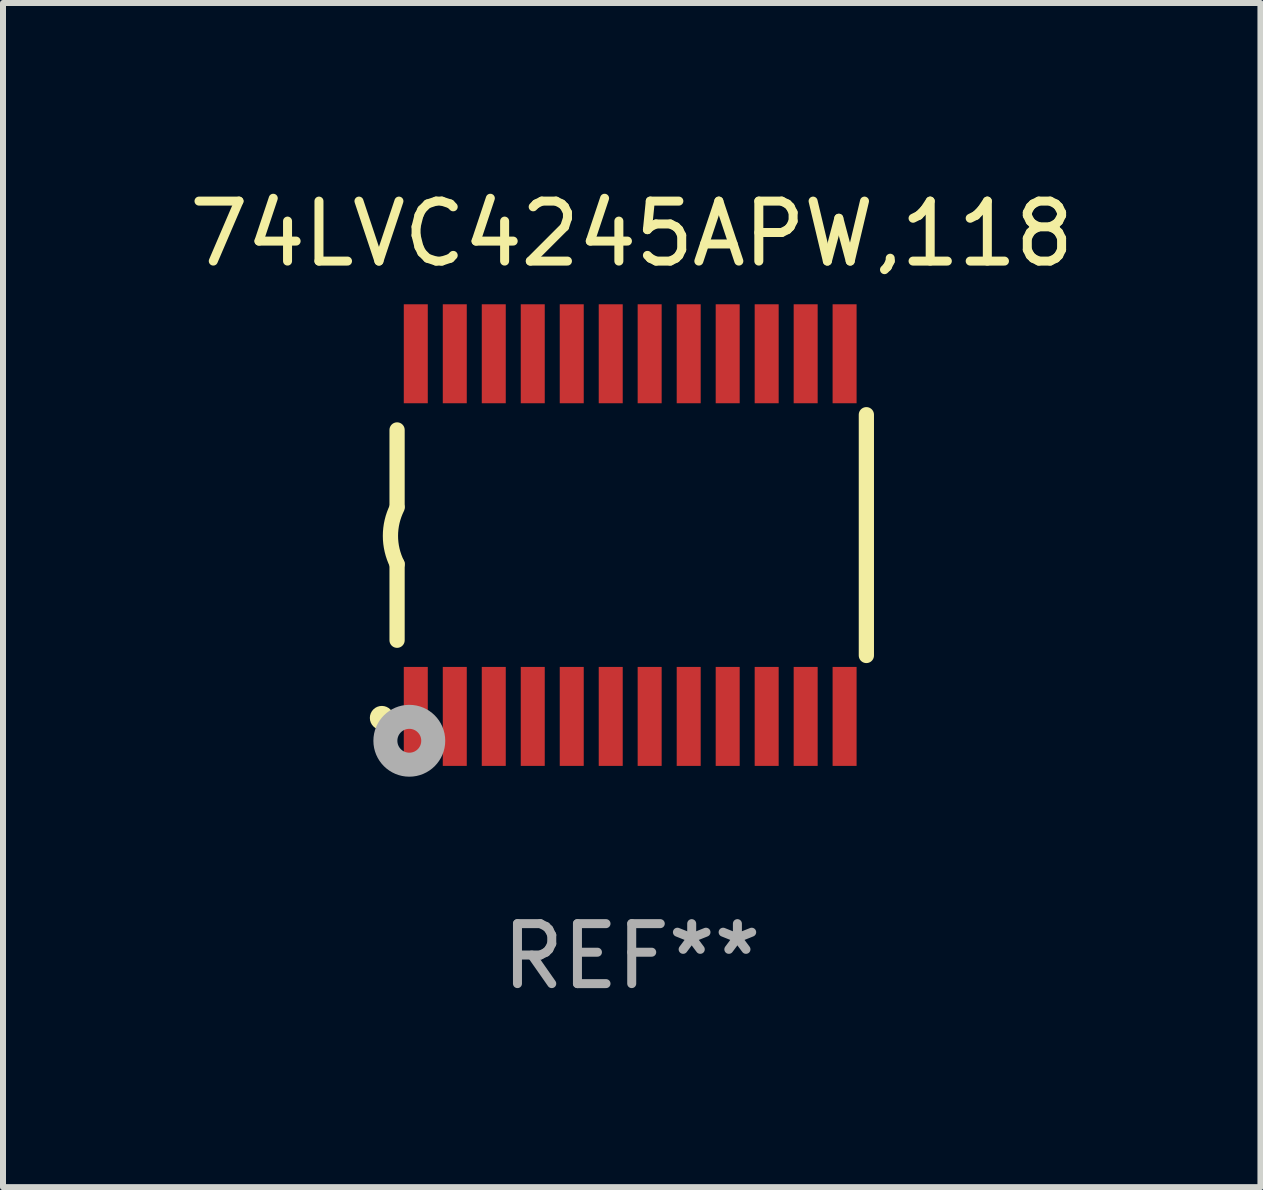
<source format=kicad_pcb>
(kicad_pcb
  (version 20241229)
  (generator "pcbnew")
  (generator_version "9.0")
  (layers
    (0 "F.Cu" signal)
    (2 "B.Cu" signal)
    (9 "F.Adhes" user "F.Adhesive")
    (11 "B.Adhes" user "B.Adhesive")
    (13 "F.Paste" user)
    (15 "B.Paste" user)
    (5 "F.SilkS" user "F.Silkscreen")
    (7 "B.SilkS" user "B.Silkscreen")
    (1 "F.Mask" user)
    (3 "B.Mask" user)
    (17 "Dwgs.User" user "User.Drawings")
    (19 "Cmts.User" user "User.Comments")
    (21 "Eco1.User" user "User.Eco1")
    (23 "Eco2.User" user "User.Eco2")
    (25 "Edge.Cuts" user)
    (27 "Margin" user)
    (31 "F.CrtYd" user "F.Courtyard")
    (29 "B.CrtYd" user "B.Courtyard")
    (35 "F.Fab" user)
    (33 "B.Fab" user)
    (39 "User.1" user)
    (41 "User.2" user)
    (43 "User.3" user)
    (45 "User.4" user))
  (footprint "74LVC4245APW,118"
    (layer "F.Cu")
    (at 7.482 5.871)
    (property "Reference" "74LVC4245APW,118" (at 0 -5.023 0) (layer "F.SilkS") (effects (font (size 1 1) (thickness 0.15))))
    (attr through_hole)
    (fp_line (start -3.912 -0.483) (end -3.912 -1.753) (stroke (width 0.254) (type solid)) (layer "F.SilkS"))
    (fp_line (start -3.912 1.753) (end -3.912 0.483) (stroke (width 0.254) (type solid)) (layer "F.SilkS"))
    (fp_line (start 3.912 -2.007) (end 3.912 2.007) (stroke (width 0.254) (type solid)) (layer "F.SilkS"))
    (fp_arc (start -3.911608 0.482601) (mid -4.022537 0.0127) (end -3.911608 -0.457201) (stroke (width 0.254001) (type solid)) (layer "F.SilkS"))
    (fp_circle (center -4.166 3.048) (end -4.066 3.048) (stroke (width 0.2) (type solid)) (fill no) (layer "F.SilkS"))
    (fp_circle (center -3.925 3.186) (end -3.895 3.186) (stroke (width 0.06) (type solid)) (fill no) (layer "F.SilkS"))
    (fp_circle (center -3.708 3.429) (end -3.509 3.429) (stroke (width 0.4) (type solid)) (fill no) (layer "F.Fab"))
    (fp_text user "REF**" (at 0 7.023 0) (layer "F.Fab") (effects (font (size 1 1) (thickness 0.15))))
    (pad "1" smd rect (at -3.6 3.023) (size 0.4 1.65) (layers "F.Cu" "F.Mask" "F.Paste"))
    (pad "2" smd rect (at -2.95 3.023) (size 0.4 1.65) (layers "F.Cu" "F.Mask" "F.Paste"))
    (pad "3" smd rect (at -2.3 3.023) (size 0.4 1.65) (layers "F.Cu" "F.Mask" "F.Paste"))
    (pad "4" smd rect (at -1.65 3.023) (size 0.4 1.65) (layers "F.Cu" "F.Mask" "F.Paste"))
    (pad "5" smd rect (at -1 3.023) (size 0.4 1.65) (layers "F.Cu" "F.Mask" "F.Paste"))
    (pad "6" smd rect (at -0.35 3.023) (size 0.4 1.65) (layers "F.Cu" "F.Mask" "F.Paste"))
    (pad "7" smd rect (at 0.299 3.023) (size 0.4 1.65) (layers "F.Cu" "F.Mask" "F.Paste"))
    (pad "8" smd rect (at 0.95 3.023) (size 0.4 1.65) (layers "F.Cu" "F.Mask" "F.Paste"))
    (pad "9" smd rect (at 1.6 3.023) (size 0.4 1.65) (layers "F.Cu" "F.Mask" "F.Paste"))
    (pad "10" smd rect (at 2.25 3.023) (size 0.4 1.65) (layers "F.Cu" "F.Mask" "F.Paste"))
    (pad "11" smd rect (at 2.9 3.023) (size 0.4 1.65) (layers "F.Cu" "F.Mask" "F.Paste"))
    (pad "12" smd rect (at 3.549 3.023) (size 0.4 1.65) (layers "F.Cu" "F.Mask" "F.Paste"))
    (pad "13" smd rect (at 3.549 -3.023) (size 0.4 1.65) (layers "F.Cu" "F.Mask" "F.Paste"))
    (pad "14" smd rect (at 2.9 -3.023) (size 0.4 1.65) (layers "F.Cu" "F.Mask" "F.Paste"))
    (pad "15" smd rect (at 2.25 -3.023) (size 0.4 1.65) (layers "F.Cu" "F.Mask" "F.Paste"))
    (pad "16" smd rect (at 1.6 -3.023) (size 0.4 1.65) (layers "F.Cu" "F.Mask" "F.Paste"))
    (pad "17" smd rect (at 0.95 -3.023) (size 0.4 1.65) (layers "F.Cu" "F.Mask" "F.Paste"))
    (pad "18" smd rect (at 0.299 -3.023) (size 0.4 1.65) (layers "F.Cu" "F.Mask" "F.Paste"))
    (pad "19" smd rect (at -0.35 -3.023) (size 0.4 1.65) (layers "F.Cu" "F.Mask" "F.Paste"))
    (pad "20" smd rect (at -1 -3.023) (size 0.4 1.65) (layers "F.Cu" "F.Mask" "F.Paste"))
    (pad "21" smd rect (at -1.65 -3.023) (size 0.4 1.65) (layers "F.Cu" "F.Mask" "F.Paste"))
    (pad "22" smd rect (at -2.3 -3.023) (size 0.4 1.65) (layers "F.Cu" "F.Mask" "F.Paste"))
    (pad "23" smd rect (at -2.95 -3.023) (size 0.4 1.65) (layers "F.Cu" "F.Mask" "F.Paste"))
    (pad "24" smd rect (at -3.6 -3.023) (size 0.4 1.65) (layers "F.Cu" "F.Mask" "F.Paste")))
  (gr_rect
    (start -3 -3)
    (end 17.964 16.742)
    (stroke (width 0.1) (type default))
    (fill no)
    (layer "Edge.Cuts")))
</source>
